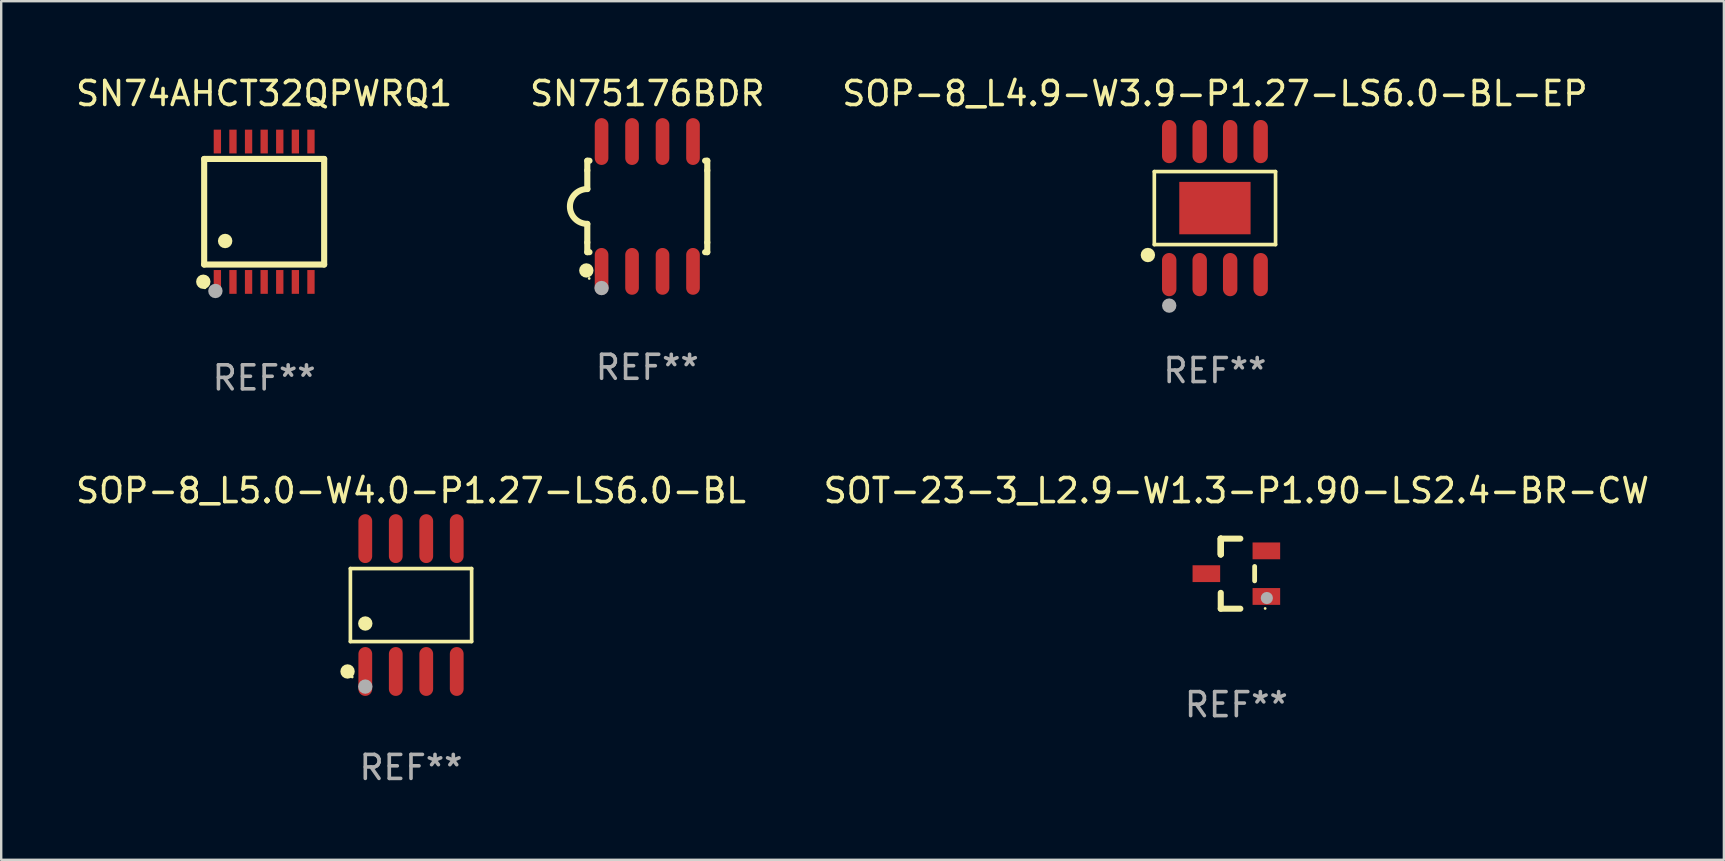
<source format=kicad_pcb>
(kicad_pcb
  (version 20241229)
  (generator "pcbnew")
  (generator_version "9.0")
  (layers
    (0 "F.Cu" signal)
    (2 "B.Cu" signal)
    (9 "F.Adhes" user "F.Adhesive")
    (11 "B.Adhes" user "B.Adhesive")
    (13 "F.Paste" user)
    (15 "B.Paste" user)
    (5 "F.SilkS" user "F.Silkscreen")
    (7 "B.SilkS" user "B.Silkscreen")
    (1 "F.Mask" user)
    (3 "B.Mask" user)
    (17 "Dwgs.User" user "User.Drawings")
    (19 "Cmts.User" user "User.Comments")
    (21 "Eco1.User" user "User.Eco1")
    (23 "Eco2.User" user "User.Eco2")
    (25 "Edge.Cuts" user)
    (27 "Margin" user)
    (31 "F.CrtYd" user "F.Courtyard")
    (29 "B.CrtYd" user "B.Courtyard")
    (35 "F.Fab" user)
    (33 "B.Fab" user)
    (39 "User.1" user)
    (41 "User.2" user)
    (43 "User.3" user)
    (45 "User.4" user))
  (footprint "SN74AHCT32QPWRQ1"
    (layer "F.Cu")
    (at 7.958 5.773)
    (property "Reference" "SN74AHCT32QPWRQ1" (at 0 -4.925 0) (layer "F.SilkS") (effects (font (size 1 1) (thickness 0.15))))
    (attr through_hole)
    (fp_line (start -2.5 2.2) (end -2.5 -2.2) (stroke (width 0.254) (type solid)) (layer "F.SilkS"))
    (fp_line (start -2.5 2.2) (end 2.5 2.2) (stroke (width 0.254) (type solid)) (layer "F.SilkS"))
    (fp_line (start 2.5 -2.2) (end -2.5 -2.2) (stroke (width 0.254) (type solid)) (layer "F.SilkS"))
    (fp_line (start 2.5 -2.2) (end 2.5 2.2) (stroke (width 0.254) (type solid)) (layer "F.SilkS"))
    (fp_circle (center -2.536 2.917) (end -2.386 2.917) (stroke (width 0.3) (type solid)) (fill no) (layer "F.SilkS"))
    (fp_circle (center -2.47 3.17) (end -2.44 3.17) (stroke (width 0.06) (type solid)) (fill no) (layer "F.SilkS"))
    (fp_circle (center -1.626 1.219) (end -1.475 1.219) (stroke (width 0.3) (type solid)) (fill no) (layer "F.SilkS"))
    (fp_circle (center -2.032 3.302) (end -1.882 3.302) (stroke (width 0.3) (type solid)) (fill no) (layer "F.Fab"))
    (fp_text user "REF**" (at 0 6.925 0) (layer "F.Fab") (effects (font (size 1 1) (thickness 0.15))))
    (pad "1" smd rect (at -1.95 2.925) (size 0.305 0.991) (layers "F.Cu" "F.Mask" "F.Paste"))
    (pad "2" smd rect (at -1.3 2.925) (size 0.305 0.991) (layers "F.Cu" "F.Mask" "F.Paste"))
    (pad "3" smd rect (at -0.65 2.925) (size 0.305 0.991) (layers "F.Cu" "F.Mask" "F.Paste"))
    (pad "4" smd rect (at 0 2.925) (size 0.305 0.991) (layers "F.Cu" "F.Mask" "F.Paste"))
    (pad "5" smd rect (at 0.65 2.925) (size 0.305 0.991) (layers "F.Cu" "F.Mask" "F.Paste"))
    (pad "6" smd rect (at 1.3 2.925) (size 0.305 0.991) (layers "F.Cu" "F.Mask" "F.Paste"))
    (pad "7" smd rect (at 1.95 2.925) (size 0.305 0.991) (layers "F.Cu" "F.Mask" "F.Paste"))
    (pad "8" smd rect (at 1.95 -2.925) (size 0.305 0.991) (layers "F.Cu" "F.Mask" "F.Paste"))
    (pad "9" smd rect (at 1.3 -2.925) (size 0.305 0.991) (layers "F.Cu" "F.Mask" "F.Paste"))
    (pad "10" smd rect (at 0.65 -2.925) (size 0.305 0.991) (layers "F.Cu" "F.Mask" "F.Paste"))
    (pad "11" smd rect (at 0 -2.925) (size 0.305 0.991) (layers "F.Cu" "F.Mask" "F.Paste"))
    (pad "12" smd rect (at -0.65 -2.925) (size 0.305 0.991) (layers "F.Cu" "F.Mask" "F.Paste"))
    (pad "13" smd rect (at -1.3 -2.925) (size 0.305 0.991) (layers "F.Cu" "F.Mask" "F.Paste"))
    (pad "14" smd rect (at -1.95 -2.925) (size 0.305 0.991) (layers "F.Cu" "F.Mask" "F.Paste")))
  (footprint "SOP-8_L5.0-W4.0-P1.27-LS6.0-BL"
    (layer "F.Cu")
    (at 14.077 22.163)
    (property "Reference" "SOP-8_L5.0-W4.0-P1.27-LS6.0-BL" (at 0 -4.768 0) (layer "F.SilkS") (effects (font (size 1 1) (thickness 0.15))))
    (attr through_hole)
    (fp_line (start -2.526 -1.521) (end 2.526 -1.521) (stroke (width 0.152) (type solid)) (layer "F.SilkS"))
    (fp_line (start -2.526 1.521) (end -2.526 -1.521) (stroke (width 0.152) (type solid)) (layer "F.SilkS"))
    (fp_line (start 2.526 -1.521) (end 2.526 1.521) (stroke (width 0.152) (type solid)) (layer "F.SilkS"))
    (fp_line (start 2.526 1.521) (end -2.526 1.521) (stroke (width 0.152) (type solid)) (layer "F.SilkS"))
    (fp_circle (center -2.644 2.768) (end -2.494 2.768) (stroke (width 0.3) (type solid)) (fill no) (layer "F.SilkS"))
    (fp_circle (center -2.45 2.998) (end -2.42 2.998) (stroke (width 0.06) (type solid)) (fill no) (layer "F.SilkS"))
    (fp_circle (center -1.905 0.769) (end -1.755 0.769) (stroke (width 0.3) (type solid)) (fill no) (layer "F.SilkS"))
    (fp_circle (center -1.905 3.398) (end -1.755 3.398) (stroke (width 0.3) (type solid)) (fill no) (layer "F.Fab"))
    (fp_text user "REF**" (at 0 6.768 0) (layer "F.Fab") (effects (font (size 1 1) (thickness 0.15))))
    (pad "1" smd oval (at -1.905 2.768) (size 0.574 2.036) (layers "F.Cu" "F.Mask" "F.Paste"))
    (pad "2" smd oval (at -0.635 2.768) (size 0.574 2.036) (layers "F.Cu" "F.Mask" "F.Paste"))
    (pad "3" smd oval (at 0.635 2.768) (size 0.574 2.036) (layers "F.Cu" "F.Mask" "F.Paste"))
    (pad "4" smd oval (at 1.905 2.768) (size 0.574 2.036) (layers "F.Cu" "F.Mask" "F.Paste"))
    (pad "5" smd oval (at 1.905 -2.768) (size 0.574 2.036) (layers "F.Cu" "F.Mask" "F.Paste"))
    (pad "6" smd oval (at 0.635 -2.768) (size 0.574 2.036) (layers "F.Cu" "F.Mask" "F.Paste"))
    (pad "7" smd oval (at -0.635 -2.768) (size 0.574 2.036) (layers "F.Cu" "F.Mask" "F.Paste"))
    (pad "8" smd oval (at -1.905 -2.768) (size 0.574 2.036) (layers "F.Cu" "F.Mask" "F.Paste")))
  (footprint "SN75176BDR"
    (layer "F.Cu")
    (at 23.923 5.553)
    (property "Reference" "SN75176BDR" (at 0 -4.705 0) (layer "F.SilkS") (effects (font (size 1 1) (thickness 0.15))))
    (attr through_hole)
    (fp_line (start -2.5 -1.905) (end -2.409 -1.905) (stroke (width 0.254) (type solid)) (layer "F.SilkS"))
    (fp_line (start -2.5 -1.5) (end -2.5 -1.905) (stroke (width 0.254) (type solid)) (layer "F.SilkS"))
    (fp_line (start -2.5 -1.5) (end -2.5 -0.726) (stroke (width 0.254) (type solid)) (layer "F.SilkS"))
    (fp_line (start -2.5 1.5) (end -2.5 0.727) (stroke (width 0.254) (type solid)) (layer "F.SilkS"))
    (fp_line (start -2.5 1.5) (end -2.5 1.905) (stroke (width 0.254) (type solid)) (layer "F.SilkS"))
    (fp_line (start -2.5 1.905) (end -2.409 1.905) (stroke (width 0.254) (type solid)) (layer "F.SilkS"))
    (fp_line (start 2.5 -1.905) (end 2.409 -1.905) (stroke (width 0.254) (type solid)) (layer "F.SilkS"))
    (fp_line (start 2.5 -1.5) (end 2.5 -1.905) (stroke (width 0.254) (type solid)) (layer "F.SilkS"))
    (fp_line (start 2.5 -1.5) (end 2.5 1.5) (stroke (width 0.254) (type solid)) (layer "F.SilkS"))
    (fp_line (start 2.5 1.5) (end 2.5 1.905) (stroke (width 0.254) (type solid)) (layer "F.SilkS"))
    (fp_line (start 2.5 1.905) (end 2.409 1.905) (stroke (width 0.254) (type solid)) (layer "F.SilkS"))
    (fp_arc (start -2.5 0.726568) (mid -3.220316 -0.0023) (end -2.495097 -0.726289) (stroke (width 0.254001) (type solid)) (layer "F.SilkS"))
    (fp_circle (center -2.54 2.667) (end -2.39 2.667) (stroke (width 0.3) (type solid)) (fill no) (layer "F.SilkS"))
    (fp_circle (center -2.42 3) (end -2.39 3) (stroke (width 0.06) (type solid)) (fill no) (layer "F.SilkS"))
    (fp_circle (center -1.905 3.4) (end -1.755 3.4) (stroke (width 0.3) (type solid)) (fill no) (layer "F.Fab"))
    (fp_text user "REF**" (at 0 6.705 0) (layer "F.Fab") (effects (font (size 1 1) (thickness 0.15))))
    (pad "1" smd oval (at -1.905 2.705) (size 0.568 1.95) (layers "F.Cu" "F.Mask" "F.Paste"))
    (pad "2" smd oval (at -0.635 2.705) (size 0.568 1.95) (layers "F.Cu" "F.Mask" "F.Paste"))
    (pad "3" smd oval (at 0.635 2.705) (size 0.568 1.95) (layers "F.Cu" "F.Mask" "F.Paste"))
    (pad "4" smd oval (at 1.905 2.705) (size 0.568 1.95) (layers "F.Cu" "F.Mask" "F.Paste"))
    (pad "5" smd oval (at 1.905 -2.705) (size 0.568 1.95) (layers "F.Cu" "F.Mask" "F.Paste"))
    (pad "6" smd oval (at 0.635 -2.705) (size 0.568 1.95) (layers "F.Cu" "F.Mask" "F.Paste"))
    (pad "7" smd oval (at -0.635 -2.705) (size 0.568 1.95) (layers "F.Cu" "F.Mask" "F.Paste"))
    (pad "8" smd oval (at -1.905 -2.705) (size 0.568 1.95) (layers "F.Cu" "F.Mask" "F.Paste")))
  (footprint "SOP-8_L4.9-W3.9-P1.27-LS6.0-BL-EP"
    (layer "F.Cu")
    (at 47.577 5.621)
    (property "Reference" "SOP-8_L4.9-W3.9-P1.27-LS6.0-BL-EP" (at 0 -4.772 0) (layer "F.SilkS") (effects (font (size 1 1) (thickness 0.15))))
    (attr through_hole)
    (fp_line (start -2.526 -1.521) (end 2.526 -1.521) (stroke (width 0.152) (type solid)) (layer "F.SilkS"))
    (fp_line (start -2.526 1.521) (end -2.526 -1.521) (stroke (width 0.152) (type solid)) (layer "F.SilkS"))
    (fp_line (start 2.526 -1.521) (end 2.526 1.521) (stroke (width 0.152) (type solid)) (layer "F.SilkS"))
    (fp_line (start 2.526 1.521) (end -2.526 1.521) (stroke (width 0.152) (type solid)) (layer "F.SilkS"))
    (fp_circle (center -2.794 1.956) (end -2.644 1.956) (stroke (width 0.3) (type solid)) (fill no) (layer "F.SilkS"))
    (fp_circle (center -1.905 4.064) (end -1.755 4.064) (stroke (width 0.3) (type solid)) (fill no) (layer "F.Fab"))
    (fp_text user "REF**" (at 0 6.772 0) (layer "F.Fab") (effects (font (size 1 1) (thickness 0.15))))
    (pad "1" smd oval (at -1.905 2.772) (size 0.6 1.8) (layers "F.Cu" "F.Mask" "F.Paste"))
    (pad "2" smd oval (at -0.635 2.772) (size 0.6 1.8) (layers "F.Cu" "F.Mask" "F.Paste"))
    (pad "3" smd oval (at 0.635 2.772) (size 0.6 1.8) (layers "F.Cu" "F.Mask" "F.Paste"))
    (pad "4" smd oval (at 1.905 2.772) (size 0.6 1.8) (layers "F.Cu" "F.Mask" "F.Paste"))
    (pad "5" smd oval (at 1.905 -2.772) (size 0.6 1.8) (layers "F.Cu" "F.Mask" "F.Paste"))
    (pad "6" smd oval (at 0.635 -2.772) (size 0.6 1.8) (layers "F.Cu" "F.Mask" "F.Paste"))
    (pad "7" smd oval (at -0.635 -2.772) (size 0.6 1.8) (layers "F.Cu" "F.Mask" "F.Paste"))
    (pad "8" smd oval (at -1.905 -2.772) (size 0.6 1.8) (layers "F.Cu" "F.Mask" "F.Paste"))
    (pad "9" smd rect (at 0 0) (size 2.971 2.184) (layers "F.Cu" "F.Mask" "F.Paste")))
  (footprint "SOT-23-3_L2.9-W1.3-P1.90-LS2.4-BR-CW"
    (layer "F.Cu")
    (at 48.47 20.855)
    (property "Reference" "SOT-23-3_L2.9-W1.3-P1.90-LS2.4-BR-CW" (at 0 -3.46 0) (layer "F.SilkS") (effects (font (size 1 1) (thickness 0.15))))
    (attr through_hole)
    (fp_line (start -0.65 -1.46) (end -0.65 -0.8) (stroke (width 0.254) (type solid)) (layer "F.SilkS"))
    (fp_line (start -0.65 -1.46) (end 0.165 -1.46) (stroke (width 0.254) (type solid)) (layer "F.SilkS"))
    (fp_line (start -0.65 -0.8) (end -0.65 -1.46) (stroke (width 0.254) (type solid)) (layer "F.SilkS"))
    (fp_line (start -0.65 -0.8) (end -0.65 -1.46) (stroke (width 0.254) (type solid)) (layer "F.SilkS"))
    (fp_line (start -0.65 1.46) (end -0.65 0.8) (stroke (width 0.254) (type solid)) (layer "F.SilkS"))
    (fp_line (start 0.165 1.46) (end -0.65 1.46) (stroke (width 0.254) (type solid)) (layer "F.SilkS"))
    (fp_line (start 0.762 0.3) (end 0.762 -0.3) (stroke (width 0.2) (type solid)) (layer "F.SilkS"))
    (fp_circle (center 1.2 1.45) (end 1.23 1.45) (stroke (width 0.06) (type solid)) (fill no) (layer "F.SilkS"))
    (fp_circle (center 1.27 1.016) (end 1.397 1.016) (stroke (width 0.254) (type solid)) (fill no) (layer "F.Fab"))
    (fp_text user "REF**" (at 0 5.46 0) (layer "F.Fab") (effects (font (size 1 1) (thickness 0.15))))
    (pad "1" smd rect (at 1.25 0.95) (size 1.15 0.7) (layers "F.Cu" "F.Mask" "F.Paste"))
    (pad "2" smd rect (at -1.25 0) (size 1.15 0.7) (layers "F.Cu" "F.Mask" "F.Paste"))
    (pad "3" smd rect (at 1.25 -0.95) (size 1.15 0.7) (layers "F.Cu" "F.Mask" "F.Paste")))
  (gr_rect
    (start -3 -3)
    (end 68.786 32.779)
    (stroke (width 0.1) (type default))
    (fill no)
    (layer "Edge.Cuts")))
</source>
